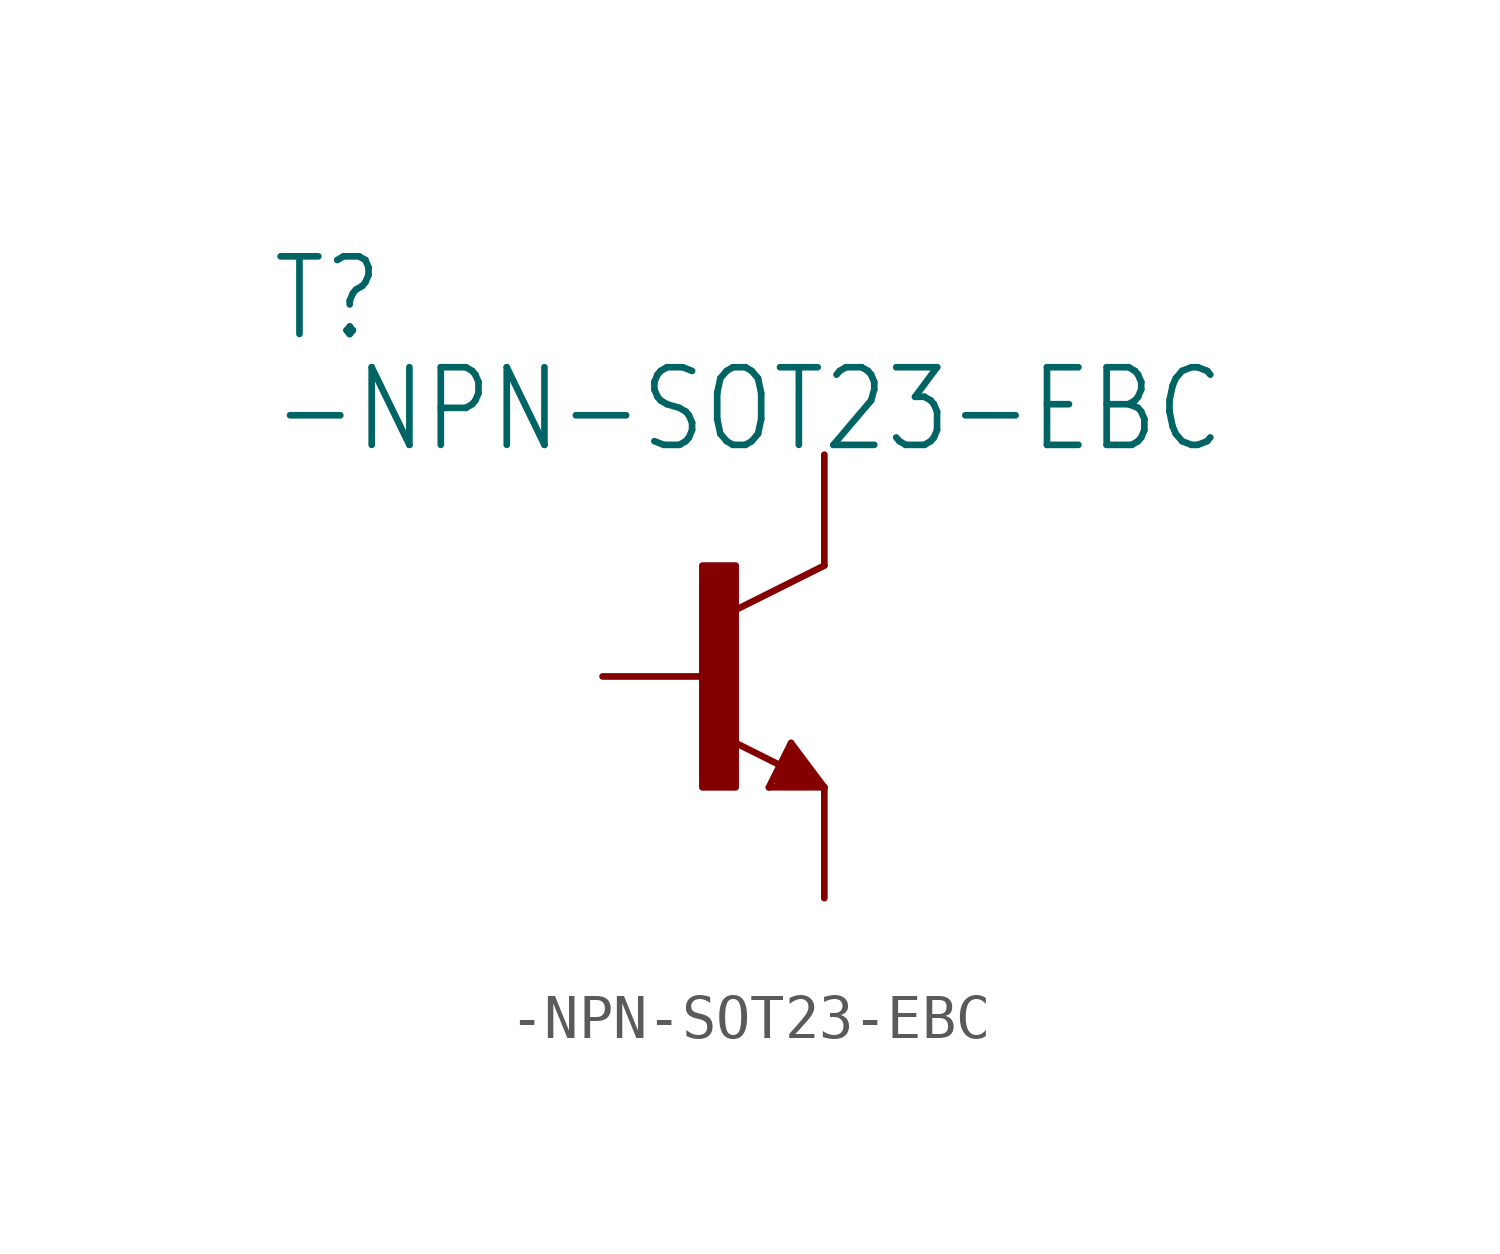
<source format=kicad_sym>
(kicad_symbol_lib
  (version 20210619)
  (generator kicad_symbol_editor)
  (symbol "-NPN-SOT23-EBC"
    (property "Reference" "T"
      (at -10.16 7.62 0)
      (effects (font (size 1.778 1.511)) (justify left bottom)))
    (property "Value" "-NPN-SOT23-EBC"
      (at -10.16 5.08 0)
      (effects (font (size 1.778 1.511)) (justify left bottom)))
    (property "ki_locked" ""
      (at 0 0 0)
      (effects (font (size 1.27 1.27))))
    (symbol "-NPN-SOT23-EBC_1_0"
      (rectangle (start -0.254 -2.54) (end 0.508 2.54) (stroke (width 0)) (fill (type outline)))
      (polyline (pts (xy 1.27 -2.54) (xy 1.778 -1.524)) (stroke (width 0.152)) (fill (type none)))
      (polyline (pts (xy 1.524 -2.413) (xy 2.286 -2.413)) (stroke (width 0.254)) (fill (type none)))
      (polyline (pts (xy 1.524 -2.286) (xy 1.905 -2.286)) (stroke (width 0.254)) (fill (type none)))
      (polyline (pts (xy 1.54 -2.04) (xy 0.308 -1.424)) (stroke (width 0.152)) (fill (type none)))
      (polyline (pts (xy 1.778 -1.778) (xy 1.524 -2.286)) (stroke (width 0.254)) (fill (type none)))
      (polyline (pts (xy 1.778 -1.524) (xy 2.54 -2.54)) (stroke (width 0.152)) (fill (type none)))
      (polyline (pts (xy 1.905 -2.286) (xy 1.778 -2.032)) (stroke (width 0.254)) (fill (type none)))
      (polyline (pts (xy 2.286 -2.413) (xy 1.778 -1.778)) (stroke (width 0.254)) (fill (type none)))
      (polyline (pts (xy 2.54 -2.54) (xy 1.27 -2.54)) (stroke (width 0.152)) (fill (type none)))
      (polyline (pts (xy 2.54 2.54) (xy 0.508 1.524)) (stroke (width 0.152)) (fill (type none)))
      (pin passive line (at -2.54 0 0) (length 2.54) (name "B" (effects (font (size 0 0)))) (number "B" (effects (font (size 0 0)))))
      (pin passive line (at 2.54 5.08 270) (length 2.54) (name "C" (effects (font (size 0 0)))) (number "C" (effects (font (size 0 0)))))
      (pin passive line (at 2.54 -5.08 90) (length 2.54) (name "E" (effects (font (size 0 0)))) (number "E" (effects (font (size 0 0))))))))
</source>
